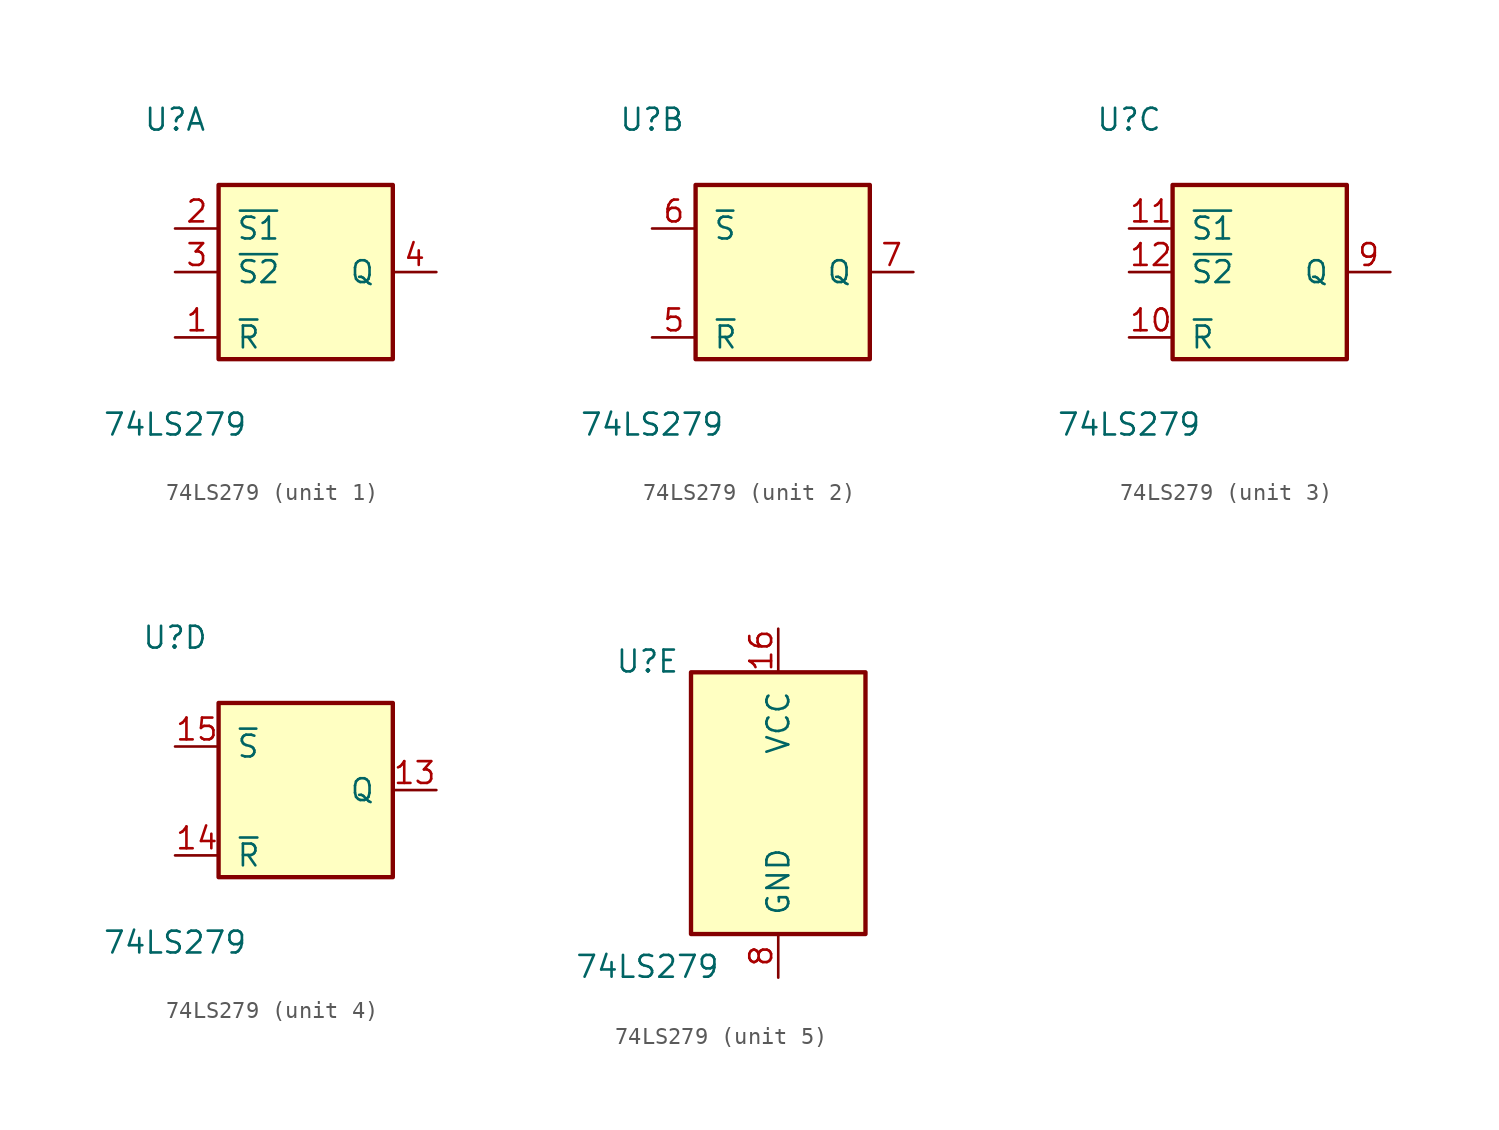
<source format=kicad_sym>
(kicad_symbol_lib
  (version 20220914)
  (generator kicad_symbol_editor)
  (symbol "74LS279"
    (pin_names
      (offset 1.016))
    (property "Reference" "U"
      (at -7.62 8.89 0)
      (effects (font (size 1.27 1.27))))
    (property "Value" "74LS279"
      (at -7.62 -8.89 0)
      (effects (font (size 1.27 1.27))))
    (property "ki_locked" ""
      (at 0 0 0)
      (effects (font (size 1.27 1.27))))
    (symbol "74LS279_1_0"
      (pin input line (at -7.62 -3.81 0) (length 2.54) (name "~{R}" (effects (font (size 1.27 1.27)))) (number "1" (effects (font (size 1.27 1.27)))))
      (pin input line (at -7.62 2.54 0) (length 2.54) (name "~{S1}" (effects (font (size 1.27 1.27)))) (number "2" (effects (font (size 1.27 1.27)))))
      (pin input line (at -7.62 0 0) (length 2.54) (name "~{S2}" (effects (font (size 1.27 1.27)))) (number "3" (effects (font (size 1.27 1.27)))))
      (pin output line (at 7.62 0 180) (length 2.54) (name "Q" (effects (font (size 1.27 1.27)))) (number "4" (effects (font (size 1.27 1.27))))))
    (symbol "74LS279_1_1"
      (rectangle (start -5.08 5.08) (end 5.08 -5.08) (stroke (width 0.254) (type default)) (fill (type background))))
    (symbol "74LS279_2_0"
      (pin input line (at -7.62 -3.81 0) (length 2.54) (name "~{R}" (effects (font (size 1.27 1.27)))) (number "5" (effects (font (size 1.27 1.27)))))
      (pin input line (at -7.62 2.54 0) (length 2.54) (name "~{S}" (effects (font (size 1.27 1.27)))) (number "6" (effects (font (size 1.27 1.27)))))
      (pin output line (at 7.62 0 180) (length 2.54) (name "Q" (effects (font (size 1.27 1.27)))) (number "7" (effects (font (size 1.27 1.27))))))
    (symbol "74LS279_2_1"
      (rectangle (start -5.08 5.08) (end 5.08 -5.08) (stroke (width 0.254) (type default)) (fill (type background))))
    (symbol "74LS279_3_0"
      (pin input line (at -7.62 -3.81 0) (length 2.54) (name "~{R}" (effects (font (size 1.27 1.27)))) (number "10" (effects (font (size 1.27 1.27)))))
      (pin input line (at -7.62 2.54 0) (length 2.54) (name "~{S1}" (effects (font (size 1.27 1.27)))) (number "11" (effects (font (size 1.27 1.27)))))
      (pin input line (at -7.62 0 0) (length 2.54) (name "~{S2}" (effects (font (size 1.27 1.27)))) (number "12" (effects (font (size 1.27 1.27)))))
      (pin output line (at 7.62 0 180) (length 2.54) (name "Q" (effects (font (size 1.27 1.27)))) (number "9" (effects (font (size 1.27 1.27))))))
    (symbol "74LS279_3_1"
      (rectangle (start -5.08 5.08) (end 5.08 -5.08) (stroke (width 0.254) (type default)) (fill (type background))))
    (symbol "74LS279_4_0"
      (pin output line (at 7.62 0 180) (length 2.54) (name "Q" (effects (font (size 1.27 1.27)))) (number "13" (effects (font (size 1.27 1.27)))))
      (pin input line (at -7.62 -3.81 0) (length 2.54) (name "~{R}" (effects (font (size 1.27 1.27)))) (number "14" (effects (font (size 1.27 1.27)))))
      (pin input line (at -7.62 2.54 0) (length 2.54) (name "~{S}" (effects (font (size 1.27 1.27)))) (number "15" (effects (font (size 1.27 1.27))))))
    (symbol "74LS279_4_1"
      (rectangle (start -5.08 5.08) (end 5.08 -5.08) (stroke (width 0.254) (type default)) (fill (type background))))
    (symbol "74LS279_5_0"
      (pin power_in line (at 0 10.795 270) (length 2.54) (name "VCC" (effects (font (size 1.27 1.27)))) (number "16" (effects (font (size 1.27 1.27)))))
      (pin power_in line (at 0 -9.525 90) (length 2.54) (name "GND" (effects (font (size 1.27 1.27)))) (number "8" (effects (font (size 1.27 1.27))))))
    (symbol "74LS279_5_1"
      (rectangle (start -5.08 8.255) (end 5.08 -6.985) (stroke (width 0.254) (type default)) (fill (type background))))))
</source>
